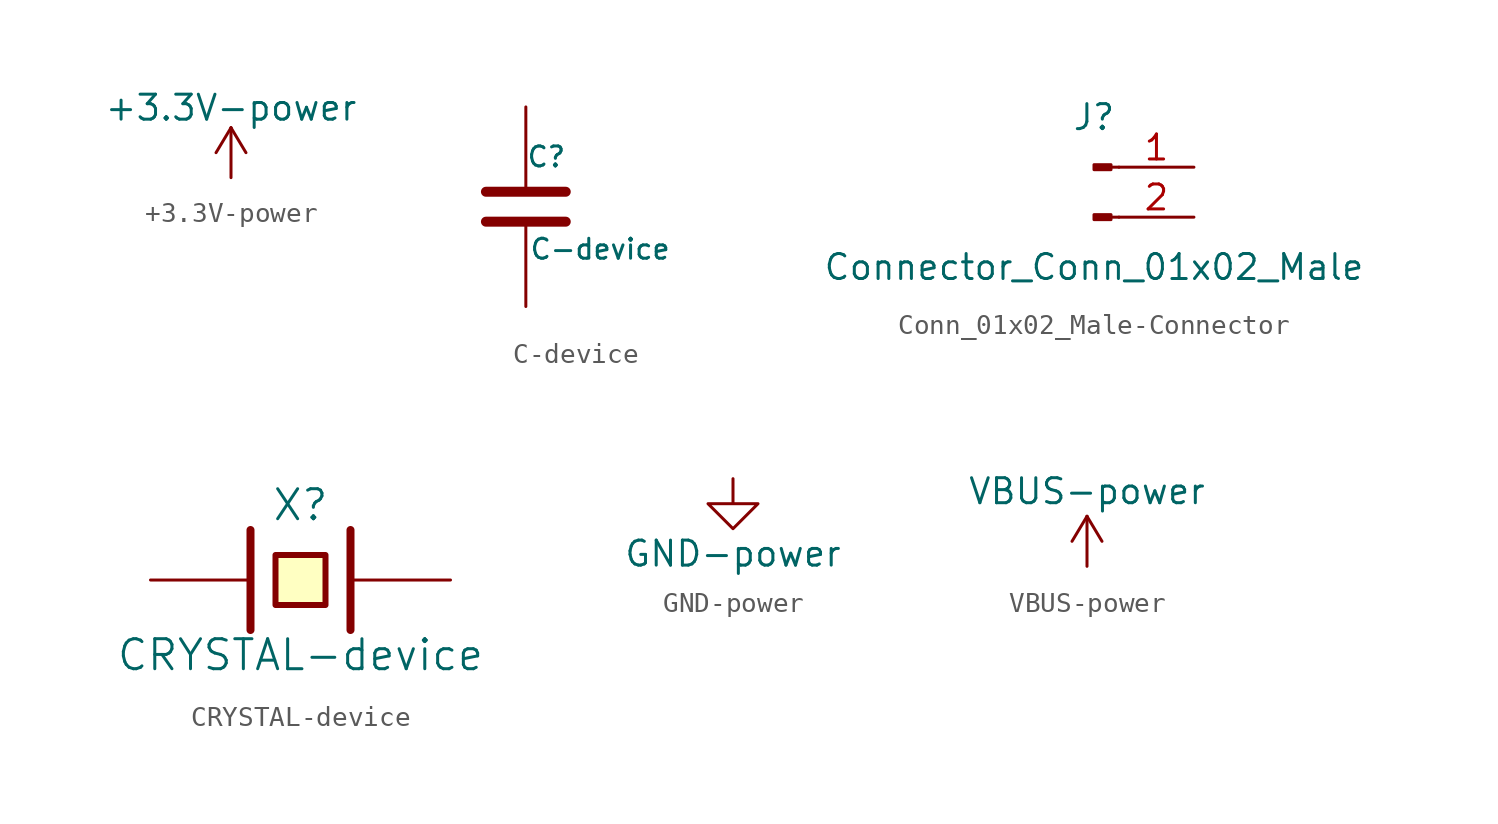
<source format=kicad_sym>
(kicad_symbol_lib
  (version 20231120)
  (generator "kicad_symbol_editor")
  (generator_version "8.0")
  (symbol "+3.3V-power"
    (power)
    (pin_names
      (offset 0))
    (property "Reference" "#PWR"
      (at 0 -3.81 0)
      (effects (font (size 1.27 1.27)) (hide yes)))
    (property "Value" "+3.3V-power"
      (at 0 3.556 0)
      (effects (font (size 1.27 1.27))))
    (symbol "+3.3V-power_0_1"
      (polyline (pts (xy -0.762 1.27) (xy 0 2.54)) (stroke (width 0) (type solid)) (fill (type none)))
      (polyline (pts (xy 0 0) (xy 0 2.54)) (stroke (width 0) (type solid)) (fill (type none)))
      (polyline (pts (xy 0 2.54) (xy 0.762 1.27)) (stroke (width 0) (type solid)) (fill (type none))))
    (symbol "+3.3V-power_1_1"
      (pin power_in line (at 0 0 90) (length 0) hide (name "+3V3" (effects (font (size 1.27 1.27)))) (number "1" (effects (font (size 1.27 1.27)))))))
  (symbol "C-device"
    (pin_numbers hide)
    (pin_names
      (offset 0.254))
    (property "Reference" "C"
      (at 0 2.54 0)
      (effects (font (size 1.016 1.016)) (justify left)))
    (property "Value" "C-device"
      (at 0.152 -2.159 0)
      (effects (font (size 1.016 1.016)) (justify left)))
    (property "Footprint" ""
      (at 0.965 -3.81 0)
      (effects (font (size 0.762 0.762))))
    (property "Datasheet" ""
      (at 0 0 0)
      (effects (font (size 1.524 1.524))))
    (symbol "C-device_0_1"
      (polyline (pts (xy -2.032 -0.762) (xy 2.032 -0.762)) (stroke (width 0.508) (type solid)) (fill (type none)))
      (polyline (pts (xy -2.032 0.762) (xy 2.032 0.762)) (stroke (width 0.508) (type solid)) (fill (type none))))
    (symbol "C-device_1_1"
      (pin passive line (at 0 5.08 270) (length 4.318) (name "~" (effects (font (size 1.016 1.016)))) (number "1" (effects (font (size 1.016 1.016)))))
      (pin passive line (at 0 -5.08 90) (length 4.318) (name "~" (effects (font (size 1.016 1.016)))) (number "2" (effects (font (size 1.016 1.016)))))))
  (symbol "Conn_01x02_Male-Connector"
    (pin_names
      (offset 1.016) hide)
    (property "Reference" "J"
      (at 0 2.54 0)
      (effects (font (size 1.27 1.27))))
    (property "Value" "Connector_Conn_01x02_Male"
      (at 0 -5.08 0)
      (effects (font (size 1.27 1.27))))
    (symbol "Conn_01x02_Male-Connector_1_1"
      (polyline (pts (xy 1.27 -2.54) (xy 0.864 -2.54)) (stroke (width 0.152) (type solid)) (fill (type none)))
      (polyline (pts (xy 1.27 0) (xy 0.864 0)) (stroke (width 0.152) (type solid)) (fill (type none)))
      (rectangle (start 0.864 -2.413) (end 0 -2.667) (stroke (width 0.152) (type solid)) (fill (type outline)))
      (rectangle (start 0.864 0.127) (end 0 -0.127) (stroke (width 0.152) (type solid)) (fill (type outline)))
      (pin passive line (at 5.08 0 180) (length 3.81) (name "Pin_1" (effects (font (size 1.27 1.27)))) (number "1" (effects (font (size 1.27 1.27)))))
      (pin passive line (at 5.08 -2.54 180) (length 3.81) (name "Pin_2" (effects (font (size 1.27 1.27)))) (number "2" (effects (font (size 1.27 1.27)))))))
  (symbol "CRYSTAL-device"
    (pin_numbers hide)
    (pin_names
      (offset 1.016) hide)
    (property "Reference" "X"
      (at 0 3.81 0)
      (effects (font (size 1.524 1.524))))
    (property "Value" "CRYSTAL-device"
      (at 0 -3.81 0)
      (effects (font (size 1.524 1.524))))
    (property "Footprint" ""
      (at 0 0 0)
      (effects (font (size 1.524 1.524))))
    (property "Datasheet" ""
      (at 0 0 0)
      (effects (font (size 1.524 1.524))))
    (symbol "CRYSTAL-device_0_1"
      (polyline (pts (xy -2.54 2.54) (xy -2.54 -2.54)) (stroke (width 0.406) (type solid)) (fill (type none)))
      (polyline (pts (xy 2.54 2.54) (xy 2.54 -2.54)) (stroke (width 0.406) (type solid)) (fill (type none)))
      (polyline (pts (xy -1.27 1.27) (xy 1.27 1.27) (xy 1.27 -1.27) (xy -1.27 -1.27) (xy -1.27 1.27)) (stroke (width 0.305) (type solid)) (fill (type background))))
    (symbol "CRYSTAL-device_1_1"
      (pin passive line (at -7.62 0 0) (length 5.08) (name "1" (effects (font (size 1.016 1.016)))) (number "1" (effects (font (size 1.016 1.016)))))
      (pin passive line (at 7.62 0 180) (length 5.08) (name "2" (effects (font (size 1.016 1.016)))) (number "2" (effects (font (size 1.016 1.016)))))))
  (symbol "GND-power"
    (power)
    (pin_names
      (offset 0))
    (property "Reference" "#PWR"
      (at 0 -6.35 0)
      (effects (font (size 1.27 1.27)) (hide yes)))
    (property "Value" "GND-power"
      (at 0 -3.81 0)
      (effects (font (size 1.27 1.27))))
    (symbol "GND-power_0_1"
      (polyline (pts (xy 0 0) (xy 0 -1.27) (xy 1.27 -1.27) (xy 0 -2.54) (xy -1.27 -1.27) (xy 0 -1.27)) (stroke (width 0) (type solid)) (fill (type none))))
    (symbol "GND-power_1_1"
      (pin power_in line (at 0 0 270) (length 0) hide (name "GND" (effects (font (size 1.27 1.27)))) (number "1" (effects (font (size 1.27 1.27)))))))
  (symbol "VBUS-power"
    (power)
    (pin_names
      (offset 0))
    (property "Reference" "#PWR"
      (at 0 -3.81 0)
      (effects (font (size 1.27 1.27)) (hide yes)))
    (property "Value" "VBUS-power"
      (at 0 3.81 0)
      (effects (font (size 1.27 1.27))))
    (symbol "VBUS-power_0_1"
      (polyline (pts (xy -0.762 1.27) (xy 0 2.54)) (stroke (width 0) (type solid)) (fill (type none)))
      (polyline (pts (xy 0 0) (xy 0 2.54)) (stroke (width 0) (type solid)) (fill (type none)))
      (polyline (pts (xy 0 2.54) (xy 0.762 1.27)) (stroke (width 0) (type solid)) (fill (type none))))
    (symbol "VBUS-power_1_1"
      (pin power_in line (at 0 0 90) (length 0) hide (name "VBUS" (effects (font (size 1.27 1.27)))) (number "1" (effects (font (size 1.27 1.27))))))))
</source>
